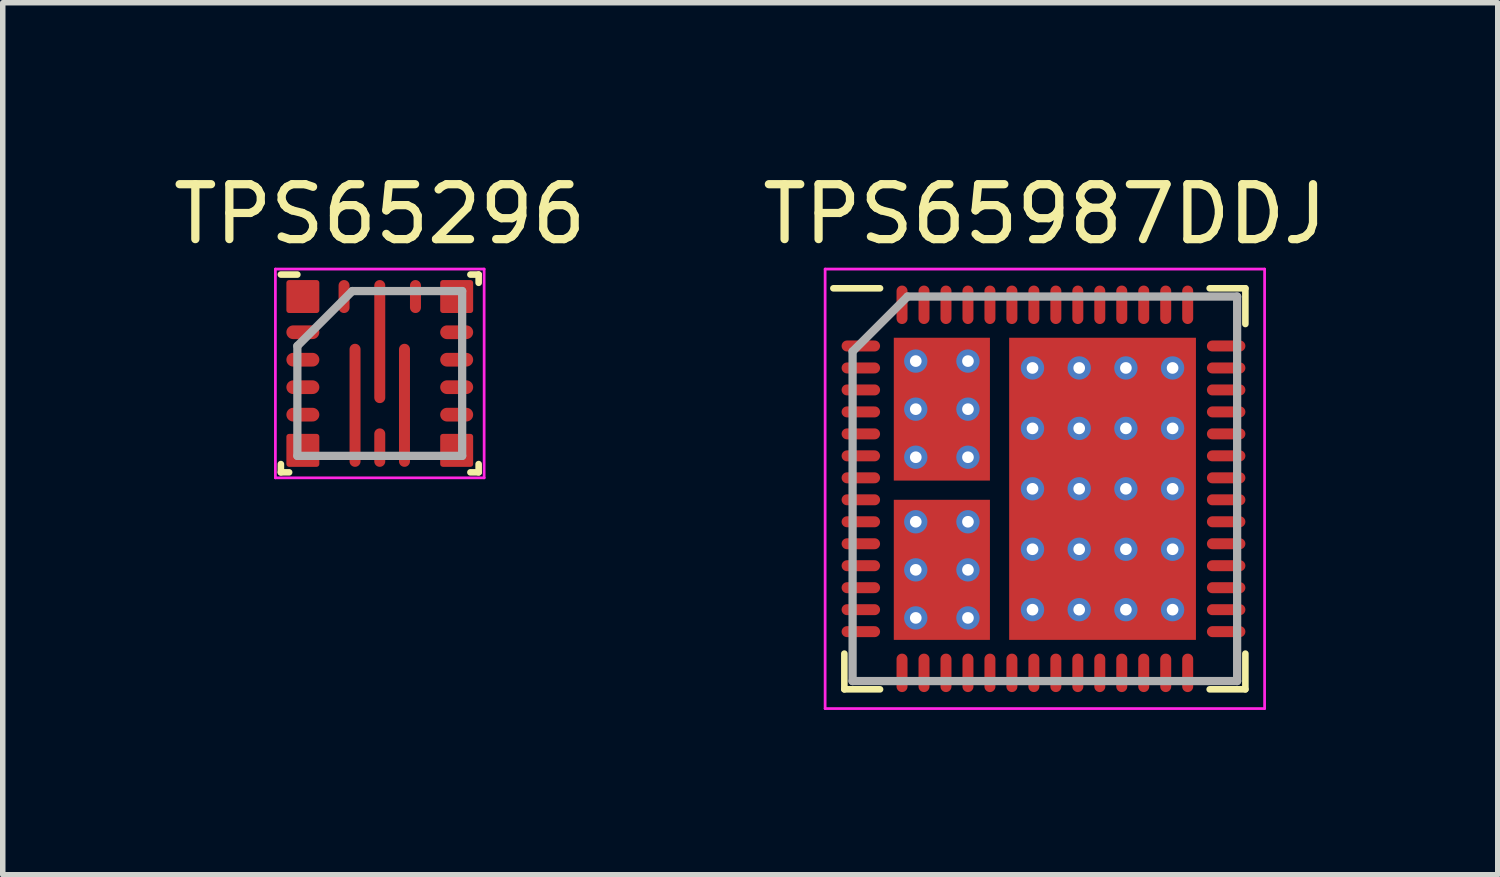
<source format=kicad_pcb>
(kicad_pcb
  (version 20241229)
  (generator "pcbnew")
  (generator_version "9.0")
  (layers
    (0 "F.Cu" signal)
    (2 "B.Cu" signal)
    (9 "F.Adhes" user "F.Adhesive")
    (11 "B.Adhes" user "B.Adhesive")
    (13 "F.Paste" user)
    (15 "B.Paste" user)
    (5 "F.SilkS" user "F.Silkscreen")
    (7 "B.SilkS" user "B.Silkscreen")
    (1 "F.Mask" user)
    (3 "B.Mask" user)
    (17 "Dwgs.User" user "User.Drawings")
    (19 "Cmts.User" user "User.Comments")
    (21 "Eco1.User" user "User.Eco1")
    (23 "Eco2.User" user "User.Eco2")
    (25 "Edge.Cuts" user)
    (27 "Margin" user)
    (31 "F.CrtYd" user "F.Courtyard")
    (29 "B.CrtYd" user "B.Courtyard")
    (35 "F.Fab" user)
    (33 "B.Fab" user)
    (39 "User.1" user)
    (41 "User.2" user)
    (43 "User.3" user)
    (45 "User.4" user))
  (footprint "TPS65987DDJ"
    (layer "F.Cu")
    (at 15.97 5.848)
    (property "Reference" "TPS65987DDJ" (at 0 -5 0) (layer "F.SilkS") (effects (font (size 1 1) (thickness 0.15))))
    (attr smd)
    (fp_line (start -3.65 3.65) (end -3.65 3) (stroke (width 0.12) (type solid)) (layer "F.SilkS"))
    (fp_line (start -3 -3.65) (end -3.85 -3.65) (stroke (width 0.12) (type solid)) (layer "F.SilkS"))
    (fp_line (start -3 3.65) (end -3.65 3.65) (stroke (width 0.12) (type solid)) (layer "F.SilkS"))
    (fp_line (start 3 -3.65) (end 3.65 -3.65) (stroke (width 0.12) (type solid)) (layer "F.SilkS"))
    (fp_line (start 3 3.65) (end 3.65 3.65) (stroke (width 0.12) (type solid)) (layer "F.SilkS"))
    (fp_line (start 3.65 -3.65) (end 3.65 -3) (stroke (width 0.12) (type solid)) (layer "F.SilkS"))
    (fp_line (start 3.65 3.65) (end 3.65 3) (stroke (width 0.12) (type solid)) (layer "F.SilkS"))
    (fp_line (start -4 -4) (end 4 -4) (stroke (width 0.05) (type solid)) (layer "F.CrtYd"))
    (fp_line (start -4 4) (end -4 -4) (stroke (width 0.05) (type solid)) (layer "F.CrtYd"))
    (fp_line (start 4 -4) (end 4 4) (stroke (width 0.05) (type solid)) (layer "F.CrtYd"))
    (fp_line (start 4 4) (end -4 4) (stroke (width 0.05) (type solid)) (layer "F.CrtYd"))
    (fp_line (start -3.5 -2.5) (end -3.5 3.5) (stroke (width 0.15) (type solid)) (layer "F.Fab"))
    (fp_line (start -3.5 3.5) (end 3.5 3.5) (stroke (width 0.15) (type solid)) (layer "F.Fab"))
    (fp_line (start -2.5 -3.5) (end -3.5 -2.5) (stroke (width 0.15) (type solid)) (layer "F.Fab"))
    (fp_line (start 3.5 -3.5) (end -2.5 -3.5) (stroke (width 0.15) (type solid)) (layer "F.Fab"))
    (fp_line (start 3.5 3.5) (end 3.5 -3.5) (stroke (width 0.15) (type solid)) (layer "F.Fab"))
    (pad "1" smd oval (at -3.35 -2.6 90) (size 0.2 0.7) (layers "F.Cu" "F.Mask" "F.Paste"))
    (pad "2" smd oval (at -3.35 -2.2 90) (size 0.2 0.7) (layers "F.Cu" "F.Mask" "F.Paste"))
    (pad "3" smd oval (at -3.35 -1.8 90) (size 0.2 0.7) (layers "F.Cu" "F.Mask" "F.Paste"))
    (pad "4" smd oval (at -3.35 -1.4 90) (size 0.2 0.7) (layers "F.Cu" "F.Mask" "F.Paste"))
    (pad "5" smd oval (at -3.35 -1 90) (size 0.2 0.7) (layers "F.Cu" "F.Mask" "F.Paste"))
    (pad "6" smd oval (at -3.35 -0.6 90) (size 0.2 0.7) (layers "F.Cu" "F.Mask" "F.Paste"))
    (pad "7" smd oval (at -3.35 -0.2 90) (size 0.2 0.7) (layers "F.Cu" "F.Mask" "F.Paste"))
    (pad "8" smd oval (at -3.35 0.2 90) (size 0.2 0.7) (layers "F.Cu" "F.Mask" "F.Paste"))
    (pad "9" smd oval (at -3.35 0.6 90) (size 0.2 0.7) (layers "F.Cu" "F.Mask" "F.Paste"))
    (pad "10" smd oval (at -3.35 1 90) (size 0.2 0.7) (layers "F.Cu" "F.Mask" "F.Paste"))
    (pad "11" smd oval (at -3.35 1.4 90) (size 0.2 0.7) (layers "F.Cu" "F.Mask" "F.Paste"))
    (pad "12" smd oval (at -3.35 1.8 90) (size 0.2 0.7) (layers "F.Cu" "F.Mask" "F.Paste"))
    (pad "13" smd oval (at -3.35 2.2 90) (size 0.2 0.7) (layers "F.Cu" "F.Mask" "F.Paste"))
    (pad "14" smd oval (at -3.35 2.6 90) (size 0.2 0.7) (layers "F.Cu" "F.Mask" "F.Paste"))
    (pad "15" smd oval (at -2.6 3.35) (size 0.2 0.7) (layers "F.Cu" "F.Mask" "F.Paste"))
    (pad "16" smd oval (at -2.2 3.35) (size 0.2 0.7) (layers "F.Cu" "F.Mask" "F.Paste"))
    (pad "17" smd oval (at -1.8 3.35) (size 0.2 0.7) (layers "F.Cu" "F.Mask" "F.Paste"))
    (pad "18" smd oval (at -1.4 3.35) (size 0.2 0.7) (layers "F.Cu" "F.Mask" "F.Paste"))
    (pad "19" smd oval (at -1 3.35) (size 0.2 0.7) (layers "F.Cu" "F.Mask" "F.Paste"))
    (pad "20" smd oval (at -0.6 3.35) (size 0.2 0.7) (layers "F.Cu" "F.Mask" "F.Paste"))
    (pad "21" smd oval (at -0.2 3.35) (size 0.2 0.7) (layers "F.Cu" "F.Mask" "F.Paste"))
    (pad "22" smd oval (at 0.2 3.35) (size 0.2 0.7) (layers "F.Cu" "F.Mask" "F.Paste"))
    (pad "23" smd oval (at 0.6 3.35) (size 0.2 0.7) (layers "F.Cu" "F.Mask" "F.Paste"))
    (pad "24" smd oval (at 1 3.35) (size 0.2 0.7) (layers "F.Cu" "F.Mask" "F.Paste"))
    (pad "25" smd oval (at 1.4 3.35) (size 0.2 0.7) (layers "F.Cu" "F.Mask" "F.Paste"))
    (pad "26" smd oval (at 1.8 3.35) (size 0.2 0.7) (layers "F.Cu" "F.Mask" "F.Paste"))
    (pad "27" smd oval (at 2.2 3.35) (size 0.2 0.7) (layers "F.Cu" "F.Mask" "F.Paste"))
    (pad "28" smd oval (at 2.6 3.35) (size 0.2 0.7) (layers "F.Cu" "F.Mask" "F.Paste"))
    (pad "29" smd oval (at 3.3 2.6 90) (size 0.2 0.7) (layers "F.Cu" "F.Mask" "F.Paste"))
    (pad "30" smd oval (at 3.3 2.2 90) (size 0.2 0.7) (layers "F.Cu" "F.Mask" "F.Paste"))
    (pad "31" smd oval (at 3.3 1.8 90) (size 0.2 0.7) (layers "F.Cu" "F.Mask" "F.Paste"))
    (pad "32" smd oval (at 3.3 1.4 90) (size 0.2 0.7) (layers "F.Cu" "F.Mask" "F.Paste"))
    (pad "33" smd oval (at 3.3 1 90) (size 0.2 0.7) (layers "F.Cu" "F.Mask" "F.Paste"))
    (pad "34" smd oval (at 3.3 0.6 90) (size 0.2 0.7) (layers "F.Cu" "F.Mask" "F.Paste"))
    (pad "35" smd oval (at 3.3 0.2 90) (size 0.2 0.7) (layers "F.Cu" "F.Mask" "F.Paste"))
    (pad "36" smd oval (at 3.3 -0.2 90) (size 0.2 0.7) (layers "F.Cu" "F.Mask" "F.Paste"))
    (pad "37" smd oval (at 3.3 -0.6 90) (size 0.2 0.7) (layers "F.Cu" "F.Mask" "F.Paste"))
    (pad "38" smd oval (at 3.3 -1 90) (size 0.2 0.7) (layers "F.Cu" "F.Mask" "F.Paste"))
    (pad "39" smd oval (at 3.3 -1.4 90) (size 0.2 0.7) (layers "F.Cu" "F.Mask" "F.Paste"))
    (pad "40" smd oval (at 3.3 -1.8 90) (size 0.2 0.7) (layers "F.Cu" "F.Mask" "F.Paste"))
    (pad "41" smd oval (at 3.3 -2.2 90) (size 0.2 0.7) (layers "F.Cu" "F.Mask" "F.Paste"))
    (pad "42" smd oval (at 3.3 -2.6 90) (size 0.2 0.7) (layers "F.Cu" "F.Mask" "F.Paste"))
    (pad "43" smd oval (at 2.6 -3.35) (size 0.2 0.7) (layers "F.Cu" "F.Mask" "F.Paste"))
    (pad "44" smd oval (at 2.2 -3.35) (size 0.2 0.7) (layers "F.Cu" "F.Mask" "F.Paste"))
    (pad "45" smd oval (at 1.8 -3.35) (size 0.2 0.7) (layers "F.Cu" "F.Mask" "F.Paste"))
    (pad "46" smd oval (at 1.4 -3.35) (size 0.2 0.7) (layers "F.Cu" "F.Mask" "F.Paste"))
    (pad "47" smd oval (at 1 -3.35) (size 0.2 0.7) (layers "F.Cu" "F.Mask" "F.Paste"))
    (pad "48" smd oval (at 0.6 -3.35) (size 0.2 0.7) (layers "F.Cu" "F.Mask" "F.Paste"))
    (pad "49" smd oval (at 0.2 -3.35) (size 0.2 0.7) (layers "F.Cu" "F.Mask" "F.Paste"))
    (pad "50" smd oval (at -0.2 -3.35) (size 0.2 0.7) (layers "F.Cu" "F.Mask" "F.Paste"))
    (pad "51" smd oval (at -0.6 -3.35) (size 0.2 0.7) (layers "F.Cu" "F.Mask" "F.Paste"))
    (pad "52" smd oval (at -1 -3.35) (size 0.2 0.7) (layers "F.Cu" "F.Mask" "F.Paste"))
    (pad "53" smd oval (at -1.4 -3.35) (size 0.2 0.7) (layers "F.Cu" "F.Mask" "F.Paste"))
    (pad "54" smd oval (at -1.8 -3.35) (size 0.2 0.7) (layers "F.Cu" "F.Mask" "F.Paste"))
    (pad "55" smd oval (at -2.2 -3.35) (size 0.2 0.7) (layers "F.Cu" "F.Mask" "F.Paste"))
    (pad "56" smd oval (at -2.6 -3.35) (size 0.2 0.7) (layers "F.Cu" "F.Mask" "F.Paste"))
    (pad "57" thru_hole circle (at -2.35 -2.325 180) (size 0.425 0.425) (drill 0.212) (layers "*.Cu" "*.Mask"))
    (pad "57" thru_hole circle (at -2.35 -1.45 180) (size 0.425 0.425) (drill 0.212) (layers "*.Cu" "*.Mask"))
    (pad "57" thru_hole circle (at -2.35 -0.575 180) (size 0.425 0.425) (drill 0.212) (layers "*.Cu" "*.Mask"))
    (pad "57" smd rect (at -1.875 -1.45 270) (size 2.6 1.75) (layers "F.Cu" "F.Mask" "F.Paste"))
    (pad "57" thru_hole circle (at -1.4 -2.325 180) (size 0.425 0.425) (drill 0.212) (layers "*.Cu" "*.Mask"))
    (pad "57" thru_hole circle (at -1.4 -1.45 180) (size 0.425 0.425) (drill 0.212) (layers "*.Cu" "*.Mask"))
    (pad "57" thru_hole circle (at -1.4 -0.575 180) (size 0.425 0.425) (drill 0.212) (layers "*.Cu" "*.Mask"))
    (pad "58" thru_hole circle (at -2.35 0.6 180) (size 0.425 0.425) (drill 0.212) (layers "*.Cu" "*.Mask"))
    (pad "58" thru_hole circle (at -2.35 1.475 180) (size 0.425 0.425) (drill 0.212) (layers "*.Cu" "*.Mask"))
    (pad "58" thru_hole circle (at -2.35 2.35 180) (size 0.425 0.425) (drill 0.212) (layers "*.Cu" "*.Mask"))
    (pad "58" smd rect (at -1.875 1.475 270) (size 2.55 1.75) (layers "F.Cu" "F.Mask" "F.Paste"))
    (pad "58" thru_hole circle (at -1.4 0.6 180) (size 0.425 0.425) (drill 0.212) (layers "*.Cu" "*.Mask"))
    (pad "58" thru_hole circle (at -1.4 1.475 180) (size 0.425 0.425) (drill 0.212) (layers "*.Cu" "*.Mask"))
    (pad "58" thru_hole circle (at -1.4 2.35 180) (size 0.425 0.425) (drill 0.212) (layers "*.Cu" "*.Mask"))
    (pad "59" thru_hole circle (at -0.225 -2.2) (size 0.425 0.425) (drill 0.212) (layers "*.Cu" "*.Mask"))
    (pad "59" thru_hole circle (at -0.225 -1.1) (size 0.425 0.425) (drill 0.212) (layers "*.Cu" "*.Mask"))
    (pad "59" thru_hole circle (at -0.225 0) (size 0.425 0.425) (drill 0.212) (layers "*.Cu" "*.Mask"))
    (pad "59" thru_hole circle (at -0.225 1.1) (size 0.425 0.425) (drill 0.212) (layers "*.Cu" "*.Mask"))
    (pad "59" thru_hole circle (at -0.225 2.2) (size 0.425 0.425) (drill 0.212) (layers "*.Cu" "*.Mask"))
    (pad "59" thru_hole circle (at 0.625 -2.2) (size 0.425 0.425) (drill 0.212) (layers "*.Cu" "*.Mask"))
    (pad "59" thru_hole circle (at 0.625 -1.1) (size 0.425 0.425) (drill 0.212) (layers "*.Cu" "*.Mask"))
    (pad "59" thru_hole circle (at 0.625 0) (size 0.425 0.425) (drill 0.212) (layers "*.Cu" "*.Mask"))
    (pad "59" thru_hole circle (at 0.625 1.1) (size 0.425 0.425) (drill 0.212) (layers "*.Cu" "*.Mask"))
    (pad "59" thru_hole circle (at 0.625 2.2) (size 0.425 0.425) (drill 0.212) (layers "*.Cu" "*.Mask"))
    (pad "59" smd rect (at 1.05 0) (size 3.4 5.5) (layers "F.Cu" "F.Mask" "F.Paste"))
    (pad "59" thru_hole circle (at 1.475 -2.2) (size 0.425 0.425) (drill 0.212) (layers "*.Cu" "*.Mask"))
    (pad "59" thru_hole circle (at 1.475 -1.1) (size 0.425 0.425) (drill 0.212) (layers "*.Cu" "*.Mask"))
    (pad "59" thru_hole circle (at 1.475 0) (size 0.425 0.425) (drill 0.212) (layers "*.Cu" "*.Mask"))
    (pad "59" thru_hole circle (at 1.475 1.1) (size 0.425 0.425) (drill 0.212) (layers "*.Cu" "*.Mask"))
    (pad "59" thru_hole circle (at 1.475 2.2) (size 0.425 0.425) (drill 0.212) (layers "*.Cu" "*.Mask"))
    (pad "59" thru_hole circle (at 2.325 -2.2) (size 0.425 0.425) (drill 0.212) (layers "*.Cu" "*.Mask"))
    (pad "59" thru_hole circle (at 2.325 -1.1) (size 0.425 0.425) (drill 0.212) (layers "*.Cu" "*.Mask"))
    (pad "59" thru_hole circle (at 2.325 0) (size 0.425 0.425) (drill 0.212) (layers "*.Cu" "*.Mask"))
    (pad "59" thru_hole circle (at 2.325 1.1) (size 0.425 0.425) (drill 0.212) (layers "*.Cu" "*.Mask"))
    (pad "59" thru_hole circle (at 2.325 2.2) (size 0.425 0.425) (drill 0.212) (layers "*.Cu" "*.Mask")))
  (footprint "TPS65296"
    (layer "F.Cu")
    (at 3.863 3.748)
    (property "Reference" "TPS65296" (at 0 -2.9 0) (layer "F.SilkS") (effects (font (size 1 1) (thickness 0.15))))
    (attr smd)
    (fp_line (start -1.8 1.8) (end -1.8 1.65) (stroke (width 0.12) (type solid)) (layer "F.SilkS"))
    (fp_line (start -1.65 1.8) (end -1.8 1.8) (stroke (width 0.12) (type solid)) (layer "F.SilkS"))
    (fp_line (start -1.5 -1.8) (end -1.8 -1.8) (stroke (width 0.12) (type solid)) (layer "F.SilkS"))
    (fp_line (start 1.65 -1.8) (end 1.8 -1.8) (stroke (width 0.12) (type solid)) (layer "F.SilkS"))
    (fp_line (start 1.65 1.8) (end 1.8 1.8) (stroke (width 0.12) (type solid)) (layer "F.SilkS"))
    (fp_line (start 1.8 -1.8) (end 1.8 -1.65) (stroke (width 0.12) (type solid)) (layer "F.SilkS"))
    (fp_line (start 1.8 1.8) (end 1.8 1.65) (stroke (width 0.12) (type solid)) (layer "F.SilkS"))
    (fp_line (start -1.9 -1.9) (end 1.9 -1.9) (stroke (width 0.05) (type solid)) (layer "F.CrtYd"))
    (fp_line (start -1.9 1.9) (end -1.9 -1.9) (stroke (width 0.05) (type solid)) (layer "F.CrtYd"))
    (fp_line (start 1.9 -1.9) (end 1.9 1.9) (stroke (width 0.05) (type solid)) (layer "F.CrtYd"))
    (fp_line (start 1.9 1.9) (end -1.9 1.9) (stroke (width 0.05) (type solid)) (layer "F.CrtYd"))
    (fp_line (start -1.5 -0.5) (end -1.5 1.5) (stroke (width 0.15) (type solid)) (layer "F.Fab"))
    (fp_line (start -1.5 1.5) (end 1.5 1.5) (stroke (width 0.15) (type solid)) (layer "F.Fab"))
    (fp_line (start -0.5 -1.5) (end -1.5 -0.5) (stroke (width 0.15) (type solid)) (layer "F.Fab"))
    (fp_line (start 1.5 -1.5) (end -0.5 -1.5) (stroke (width 0.15) (type solid)) (layer "F.Fab"))
    (fp_line (start 1.5 1.5) (end 1.5 -1.5) (stroke (width 0.15) (type solid)) (layer "F.Fab"))
    (pad "1" smd roundrect (at -1.4 -1.4 90) (size 0.6 0.6) (layers "F.Cu" "F.Mask" "F.Paste") (roundrect_rratio 0.083))
    (pad "2" smd oval (at -1.4 -0.75 90) (size 0.25 0.6) (layers "F.Cu" "F.Mask" "F.Paste"))
    (pad "3" smd oval (at -1.4 -0.25 90) (size 0.25 0.6) (layers "F.Cu" "F.Mask" "F.Paste"))
    (pad "4" smd oval (at -1.4 0.25 90) (size 0.25 0.6) (layers "F.Cu" "F.Mask" "F.Paste"))
    (pad "5" smd oval (at -1.4 0.75 90) (size 0.25 0.6) (layers "F.Cu" "F.Mask" "F.Paste"))
    (pad "6" smd roundrect (at -1.4 1.4) (size 0.6 0.6) (layers "F.Cu" "F.Mask" "F.Paste") (roundrect_rratio 0.083))
    (pad "7" smd oval (at -0.45 0.58) (size 0.2 2.24) (layers "F.Cu" "F.Mask" "F.Paste"))
    (pad "8" smd oval (at 0 1.35) (size 0.2 0.7) (layers "F.Cu" "F.Mask" "F.Paste"))
    (pad "9" smd oval (at 0.45 0.58) (size 0.2 2.24) (layers "F.Cu" "F.Mask" "F.Paste"))
    (pad "10" smd roundrect (at 1.4 1.4) (size 0.6 0.6) (layers "F.Cu" "F.Mask" "F.Paste") (roundrect_rratio 0.083))
    (pad "11" smd oval (at 1.4 0.75 90) (size 0.25 0.6) (layers "F.Cu" "F.Mask" "F.Paste"))
    (pad "12" smd oval (at 1.4 0.25 90) (size 0.25 0.6) (layers "F.Cu" "F.Mask" "F.Paste"))
    (pad "13" smd oval (at 1.4 -0.25 90) (size 0.25 0.6) (layers "F.Cu" "F.Mask" "F.Paste"))
    (pad "14" smd oval (at 1.4 -0.75 90) (size 0.25 0.6) (layers "F.Cu" "F.Mask" "F.Paste"))
    (pad "15" smd roundrect (at 1.4 -1.4 90) (size 0.6 0.6) (layers "F.Cu" "F.Mask" "F.Paste") (roundrect_rratio 0.083))
    (pad "16" smd oval (at 0.65 -1.4) (size 0.2 0.6) (layers "F.Cu" "F.Mask" "F.Paste"))
    (pad "17" smd oval (at 0 -0.58) (size 0.2 2.24) (layers "F.Cu" "F.Mask" "F.Paste"))
    (pad "18" smd oval (at -0.65 -1.4) (size 0.2 0.6) (layers "F.Cu" "F.Mask" "F.Paste")))
  (gr_rect
    (start -3 -3)
    (end 24.214 12.873)
    (stroke (width 0.1) (type default))
    (fill no)
    (layer "Edge.Cuts")))
</source>
